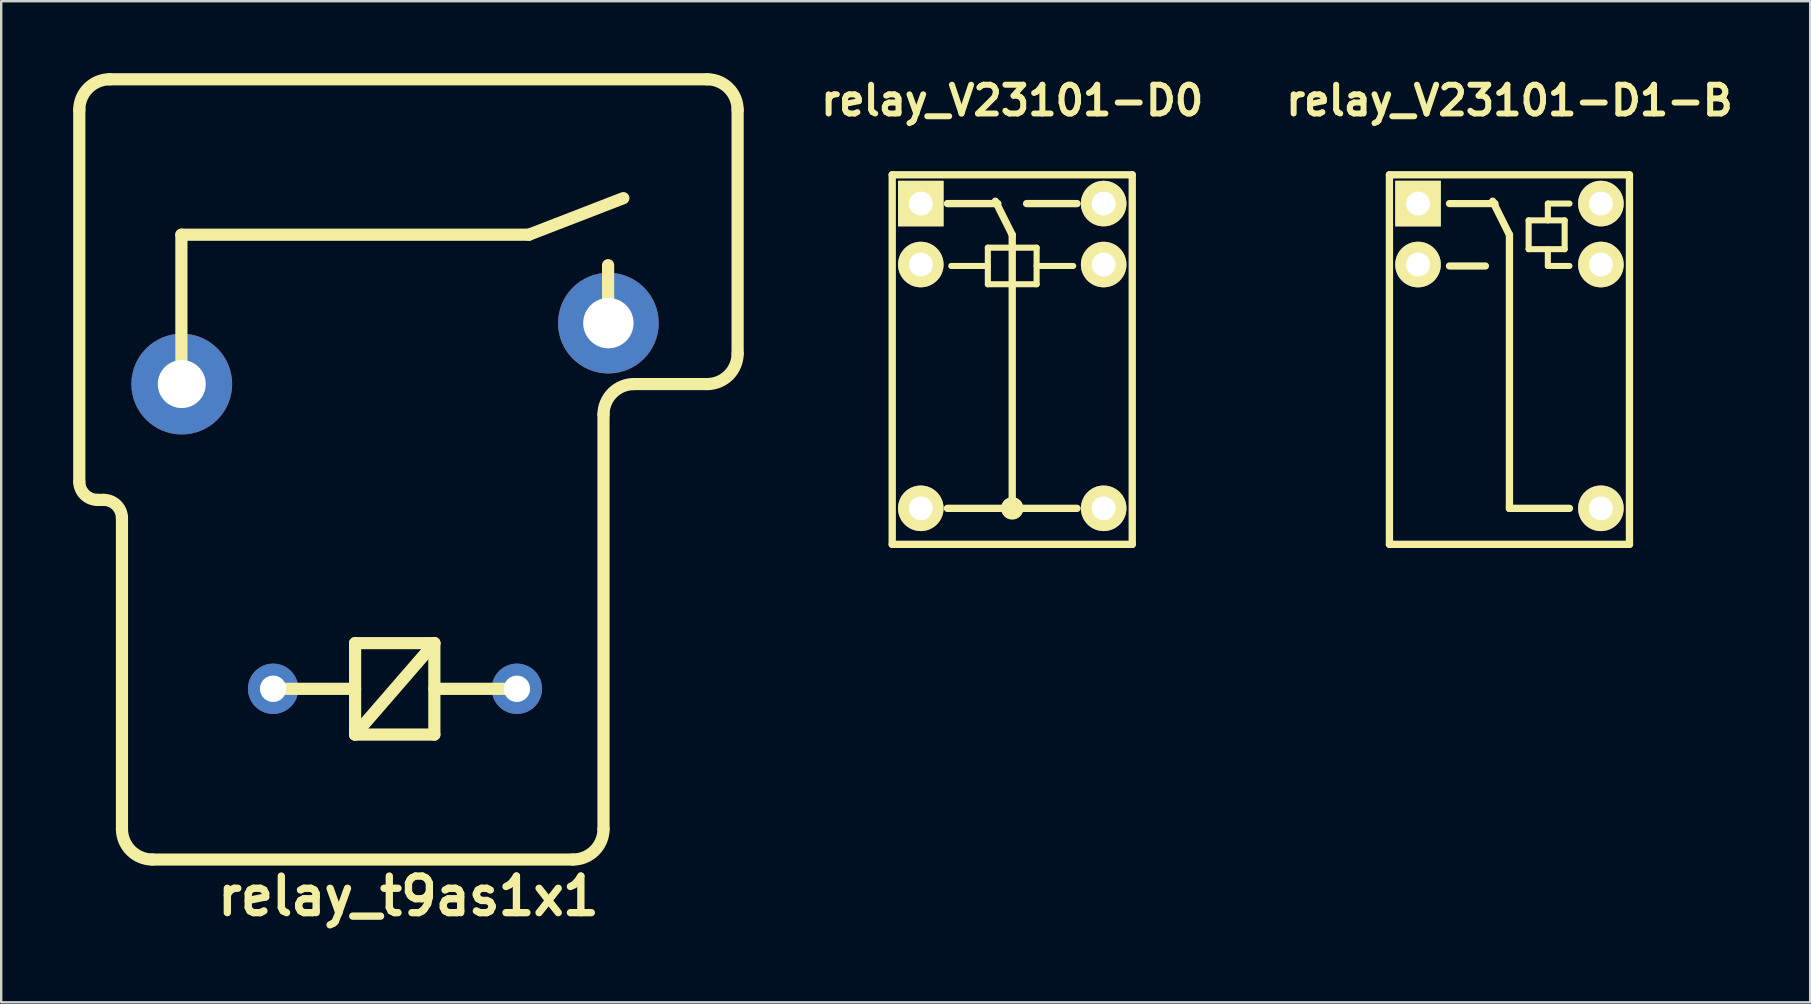
<source format=kicad_pcb>
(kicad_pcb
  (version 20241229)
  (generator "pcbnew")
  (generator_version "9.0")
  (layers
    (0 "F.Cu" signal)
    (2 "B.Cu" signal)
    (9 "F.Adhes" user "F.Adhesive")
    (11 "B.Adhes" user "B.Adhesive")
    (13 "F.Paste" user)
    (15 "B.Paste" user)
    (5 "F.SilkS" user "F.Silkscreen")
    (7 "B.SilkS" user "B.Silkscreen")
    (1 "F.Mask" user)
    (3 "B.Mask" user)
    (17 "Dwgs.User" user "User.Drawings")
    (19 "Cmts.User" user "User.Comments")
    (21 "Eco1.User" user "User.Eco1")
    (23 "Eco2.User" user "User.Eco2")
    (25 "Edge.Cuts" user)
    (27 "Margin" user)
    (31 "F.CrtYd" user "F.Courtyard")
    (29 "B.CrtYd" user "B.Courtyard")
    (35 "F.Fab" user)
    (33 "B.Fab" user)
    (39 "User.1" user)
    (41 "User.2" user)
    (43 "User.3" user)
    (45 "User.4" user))
  (footprint "relay_V23101-D1-B"
    (layer "F.Cu")
    (at 59.848 11.933)
    (property "Reference" "relay_V23101-D1-B" (at 0 -10.795 0) (layer "F.SilkS") (effects (font (size 1.199 1.199) (thickness 0.249))))
    (attr through_hole)
    (fp_line (start -5.001 -7.699) (end 5.001 -7.699) (stroke (width 0.305) (type solid)) (layer "F.SilkS"))
    (fp_line (start -5.001 7.699) (end -5.001 -7.699) (stroke (width 0.305) (type solid)) (layer "F.SilkS"))
    (fp_line (start -2.5 -3.9) (end -1 -3.9) (stroke (width 0.3) (type solid)) (layer "F.SilkS"))
    (fp_line (start -0.6 -6.5) (end -2.5 -6.5) (stroke (width 0.3) (type solid)) (layer "F.SilkS"))
    (fp_line (start 0 -5.2) (end -0.7 -6.6) (stroke (width 0.305) (type solid)) (layer "F.SilkS"))
    (fp_line (start 0 -5.2) (end 0 6.2) (stroke (width 0.305) (type solid)) (layer "F.SilkS"))
    (fp_line (start 0 6.2) (end 2.5 6.2) (stroke (width 0.305) (type solid)) (layer "F.SilkS"))
    (fp_line (start 0.8 -5.8) (end 0.8 -4.6) (stroke (width 0.254) (type solid)) (layer "F.SilkS"))
    (fp_line (start 0.8 -4.6) (end 2.3 -4.6) (stroke (width 0.254) (type solid)) (layer "F.SilkS"))
    (fp_line (start 1.6 -6.5) (end 1.6 -5.8) (stroke (width 0.254) (type solid)) (layer "F.SilkS"))
    (fp_line (start 1.6 -6.5) (end 2.5 -6.5) (stroke (width 0.254) (type solid)) (layer "F.SilkS"))
    (fp_line (start 1.6 -4.6) (end 1.6 -3.9) (stroke (width 0.254) (type solid)) (layer "F.SilkS"))
    (fp_line (start 1.6 -3.9) (end 2.5 -3.9) (stroke (width 0.254) (type solid)) (layer "F.SilkS"))
    (fp_line (start 2.3 -5.8) (end 0.8 -5.8) (stroke (width 0.254) (type solid)) (layer "F.SilkS"))
    (fp_line (start 2.3 -4.6) (end 2.3 -5.8) (stroke (width 0.254) (type solid)) (layer "F.SilkS"))
    (fp_line (start 5.001 -7.699) (end 5.001 7.699) (stroke (width 0.305) (type solid)) (layer "F.SilkS"))
    (fp_line (start 5.001 7.699) (end -5.001 7.699) (stroke (width 0.305) (type solid)) (layer "F.SilkS"))
    (pad "1" thru_hole rect (at -3.81 -6.5) (size 1.9 1.9) (drill 1) (layers "*.Cu" "*.Mask" "F.SilkS"))
    (pad "2" thru_hole circle (at -3.81 -3.96) (size 1.9 1.9) (drill 1) (layers "*.Cu" "*.Mask" "F.SilkS"))
    (pad "7" thru_hole circle (at 3.81 6.198) (size 1.9 1.9) (drill 1) (layers "*.Cu" "*.Mask" "F.SilkS"))
    (pad "11" thru_hole circle (at 3.81 -3.96) (size 1.9 1.9) (drill 1) (layers "*.Cu" "*.Mask" "F.SilkS"))
    (pad "12" thru_hole circle (at 3.81 -6.5) (size 1.9 1.9) (drill 1) (layers "*.Cu" "*.Mask" "F.SilkS")))
  (footprint "relay_t9as1x1"
    (layer "F.Cu")
    (at 13.97 16.51)
    (property "Reference" "relay_t9as1x1" (at 0 17.78 0) (layer "F.SilkS") (effects (font (size 1.524 1.524) (thickness 0.305))))
    (attr through_hole)
    (fp_line (start -13.716 -14.986) (end -13.716 0.508) (stroke (width 0.508) (type solid)) (layer "F.SilkS"))
    (fp_line (start -12.954 1.27) (end -12.7 1.27) (stroke (width 0.508) (type solid)) (layer "F.SilkS"))
    (fp_line (start -11.938 2.032) (end -11.938 14.986) (stroke (width 0.508) (type solid)) (layer "F.SilkS"))
    (fp_line (start -10.668 16.256) (end 6.858 16.256) (stroke (width 0.508) (type solid)) (layer "F.SilkS"))
    (fp_line (start -9.461 -9.779) (end -9.461 -3.556) (stroke (width 0.508) (type solid)) (layer "F.SilkS"))
    (fp_line (start -9.461 -3.556) (end -9.461 -3.619) (stroke (width 0.508) (type solid)) (layer "F.SilkS"))
    (fp_line (start -2.223 7.239) (end 1.079 7.239) (stroke (width 0.508) (type solid)) (layer "F.SilkS"))
    (fp_line (start -2.223 9.144) (end -5.715 9.144) (stroke (width 0.508) (type solid)) (layer "F.SilkS"))
    (fp_line (start -2.223 11.049) (end -2.223 7.239) (stroke (width 0.508) (type solid)) (layer "F.SilkS"))
    (fp_line (start -2.223 11.049) (end 1.079 7.239) (stroke (width 0.508) (type solid)) (layer "F.SilkS"))
    (fp_line (start 1.079 7.239) (end 1.079 11.049) (stroke (width 0.508) (type solid)) (layer "F.SilkS"))
    (fp_line (start 1.079 11.049) (end -2.223 11.049) (stroke (width 0.508) (type solid)) (layer "F.SilkS"))
    (fp_line (start 4.572 9.144) (end 1.079 9.144) (stroke (width 0.508) (type solid)) (layer "F.SilkS"))
    (fp_line (start 5.016 -9.779) (end -9.461 -9.779) (stroke (width 0.508) (type solid)) (layer "F.SilkS"))
    (fp_line (start 5.016 -9.779) (end 8.954 -11.303) (stroke (width 0.508) (type solid)) (layer "F.SilkS"))
    (fp_line (start 8.128 14.986) (end 8.128 -2.286) (stroke (width 0.508) (type solid)) (layer "F.SilkS"))
    (fp_line (start 8.319 -6.096) (end 8.319 -8.509) (stroke (width 0.508) (type solid)) (layer "F.SilkS"))
    (fp_line (start 9.398 -3.556) (end 12.446 -3.556) (stroke (width 0.508) (type solid)) (layer "F.SilkS"))
    (fp_line (start 12.446 -16.256) (end -12.446 -16.256) (stroke (width 0.508) (type solid)) (layer "F.SilkS"))
    (fp_line (start 13.716 -4.826) (end 13.716 -14.986) (stroke (width 0.508) (type solid)) (layer "F.SilkS"))
    (fp_arc (start -13.716 -14.986) (mid -13.344026 -15.884026) (end -12.446 -16.256) (stroke (width 0.508) (type solid)) (layer "F.SilkS"))
    (fp_arc (start -12.954 1.27) (mid -13.492815 1.046815) (end -13.716 0.508) (stroke (width 0.508) (type solid)) (layer "F.SilkS"))
    (fp_arc (start -12.7 1.27) (mid -12.161185 1.493185) (end -11.938 2.032) (stroke (width 0.508) (type solid)) (layer "F.SilkS"))
    (fp_arc (start -10.668 16.256) (mid -11.566026 15.884026) (end -11.938 14.986) (stroke (width 0.508) (type solid)) (layer "F.SilkS"))
    (fp_arc (start 8.128 -2.286) (mid 8.499974 -3.184026) (end 9.398 -3.556) (stroke (width 0.508) (type solid)) (layer "F.SilkS"))
    (fp_arc (start 8.128 14.986) (mid 7.756026 15.884026) (end 6.858 16.256) (stroke (width 0.508) (type solid)) (layer "F.SilkS"))
    (fp_arc (start 12.446 -16.256) (mid 13.344026 -15.884026) (end 13.716 -14.986) (stroke (width 0.508) (type solid)) (layer "F.SilkS"))
    (fp_arc (start 13.716 -4.826) (mid 13.344026 -3.927974) (end 12.446 -3.556) (stroke (width 0.508) (type solid)) (layer "F.SilkS"))
    (pad "1" thru_hole circle (at -5.639 9.141) (size 2.098 2.098) (drill 1.1) (layers "*.Cu" "*.Mask"))
    (pad "2" thru_hole circle (at 4.519 9.141) (size 2.098 2.098) (drill 1.1) (layers "*.Cu" "*.Mask"))
    (pad "3" thru_hole circle (at -9.446 -3.556) (size 4.199 4.199) (drill 1.999) (layers "*.Cu" "*.Mask"))
    (pad "4" thru_hole circle (at 8.331 -6.096) (size 4.196 4.196) (drill 2.098) (layers "*.Cu" "*.Mask")))
  (footprint "relay_V23101-D0"
    (layer "F.Cu")
    (at 39.129 11.933)
    (property "Reference" "relay_V23101-D0" (at 0 -10.795 0) (layer "F.SilkS") (effects (font (size 1.199 1.199) (thickness 0.249))))
    (attr through_hole)
    (fp_line (start -5.001 -7.699) (end 5.001 -7.699) (stroke (width 0.305) (type solid)) (layer "F.SilkS"))
    (fp_line (start -5.001 7.699) (end -5.001 -7.699) (stroke (width 0.305) (type solid)) (layer "F.SilkS"))
    (fp_line (start -2.7 6.2) (end 2.7 6.2) (stroke (width 0.305) (type solid)) (layer "F.SilkS"))
    (fp_line (start -2.54 -3.901) (end -1.016 -3.901) (stroke (width 0.254) (type solid)) (layer "F.SilkS"))
    (fp_line (start -1.016 -4.663) (end -1.016 -3.139) (stroke (width 0.254) (type solid)) (layer "F.SilkS"))
    (fp_line (start -1.016 -3.139) (end 1.016 -3.139) (stroke (width 0.254) (type solid)) (layer "F.SilkS"))
    (fp_line (start -0.599 -6.5) (end -2.7 -6.5) (stroke (width 0.305) (type solid)) (layer "F.SilkS"))
    (fp_line (start 0 -5.199) (end -0.701 -6.599) (stroke (width 0.305) (type solid)) (layer "F.SilkS"))
    (fp_line (start 0 -5.199) (end 0 6.2) (stroke (width 0.305) (type solid)) (layer "F.SilkS"))
    (fp_line (start 0.599 -6.5) (end 2.7 -6.5) (stroke (width 0.305) (type solid)) (layer "F.SilkS"))
    (fp_line (start 1.016 -4.663) (end -1.016 -4.663) (stroke (width 0.254) (type solid)) (layer "F.SilkS"))
    (fp_line (start 1.016 -3.901) (end 2.54 -3.901) (stroke (width 0.254) (type solid)) (layer "F.SilkS"))
    (fp_line (start 1.016 -3.139) (end 1.016 -4.663) (stroke (width 0.254) (type solid)) (layer "F.SilkS"))
    (fp_line (start 5.001 -7.699) (end 5.001 7.699) (stroke (width 0.305) (type solid)) (layer "F.SilkS"))
    (fp_line (start 5.001 7.699) (end -5.001 7.699) (stroke (width 0.305) (type solid)) (layer "F.SilkS"))
    (fp_circle (center 0 6.2) (end -0.3 6.299) (stroke (width 0.305) (type solid)) (fill no) (layer "F.SilkS"))
    (fp_circle (center 0 6.2) (end -0.099 6.299) (stroke (width 0.305) (type solid)) (fill no) (layer "F.SilkS"))
    (pad "1" thru_hole rect (at -3.81 -6.5) (size 1.897 1.897) (drill 0.996) (layers "*.Cu" "*.Mask" "F.SilkS"))
    (pad "2" thru_hole circle (at -3.81 -3.96) (size 1.897 1.897) (drill 0.996) (layers "*.Cu" "*.Mask" "F.SilkS"))
    (pad "6" thru_hole circle (at -3.81 6.198) (size 1.897 1.897) (drill 0.996) (layers "*.Cu" "*.Mask" "F.SilkS"))
    (pad "7" thru_hole circle (at 3.81 6.198) (size 1.897 1.897) (drill 0.996) (layers "*.Cu" "*.Mask" "F.SilkS"))
    (pad "11" thru_hole circle (at 3.81 -3.96) (size 1.897 1.897) (drill 0.996) (layers "*.Cu" "*.Mask" "F.SilkS"))
    (pad "12" thru_hole circle (at 3.81 -6.5) (size 1.897 1.897) (drill 0.996) (layers "*.Cu" "*.Mask" "F.SilkS")))
  (gr_rect
    (start -3 -3)
    (end 72.379 38.716)
    (stroke (width 0.1) (type default))
    (fill no)
    (layer "Edge.Cuts")))
</source>
